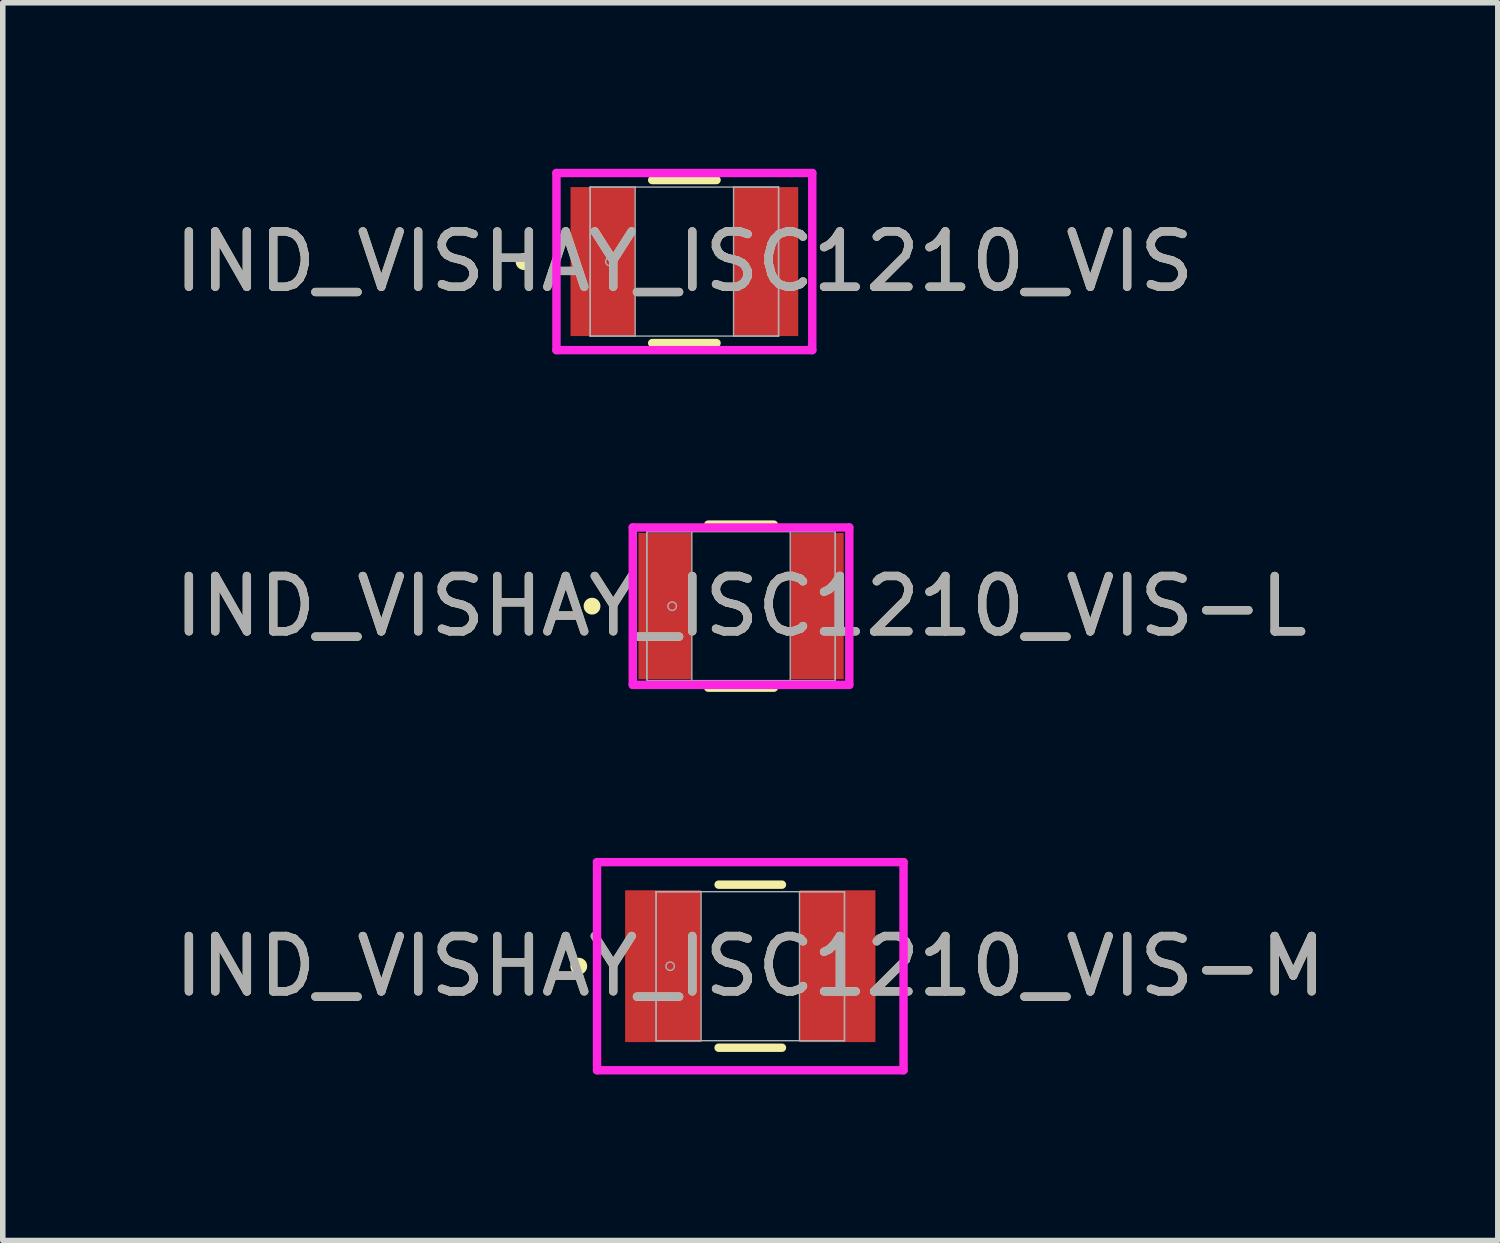
<source format=kicad_pcb>
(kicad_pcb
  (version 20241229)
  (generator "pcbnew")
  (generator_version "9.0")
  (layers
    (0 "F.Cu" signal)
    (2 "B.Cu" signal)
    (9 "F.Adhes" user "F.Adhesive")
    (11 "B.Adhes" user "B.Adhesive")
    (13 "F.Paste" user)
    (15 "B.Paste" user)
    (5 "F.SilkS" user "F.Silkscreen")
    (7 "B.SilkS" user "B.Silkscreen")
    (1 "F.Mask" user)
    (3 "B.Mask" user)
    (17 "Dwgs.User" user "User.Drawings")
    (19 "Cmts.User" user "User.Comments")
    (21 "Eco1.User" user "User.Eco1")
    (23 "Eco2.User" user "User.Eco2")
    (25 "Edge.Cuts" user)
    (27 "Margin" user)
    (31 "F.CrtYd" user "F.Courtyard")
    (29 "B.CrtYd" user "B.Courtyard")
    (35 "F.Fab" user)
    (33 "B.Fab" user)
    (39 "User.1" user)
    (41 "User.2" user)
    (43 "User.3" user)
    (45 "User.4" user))
  (footprint "IND_VISHAY_ISC1210_VIS-L"
    (layer "F.Cu")
    (at 10.339 7.902)
    (property "Reference" "IND_VISHAY_ISC1210_VIS-L" (at 0 0 0) (unlocked yes) (layer "F.SilkS") (effects (font (size 1 1) (thickness 0.15))))
    (attr smd)
    (fp_line (start -0.593 1.473) (end 0.593 1.473) (stroke (width 0.152) (type solid)) (layer "F.SilkS"))
    (fp_line (start 0.593 -1.473) (end -0.593 -1.473) (stroke (width 0.152) (type solid)) (layer "F.SilkS"))
    (fp_circle (center -2.692 0) (end -2.616 0) (stroke (width 0.152) (type solid)) (fill no) (layer "F.SilkS"))
    (fp_line (start -1.956 -1.422) (end 1.956 -1.422) (stroke (width 0.152) (type solid)) (layer "F.CrtYd"))
    (fp_line (start -1.956 1.422) (end -1.956 -1.422) (stroke (width 0.152) (type solid)) (layer "F.CrtYd"))
    (fp_line (start 1.956 -1.422) (end 1.956 1.422) (stroke (width 0.152) (type solid)) (layer "F.CrtYd"))
    (fp_line (start 1.956 1.422) (end -1.956 1.422) (stroke (width 0.152) (type solid)) (layer "F.CrtYd"))
    (fp_line (start -1.702 -1.346) (end -1.702 1.346) (stroke (width 0.025) (type solid)) (layer "F.Fab"))
    (fp_line (start -1.702 -1.346) (end -1.702 1.346) (stroke (width 0.025) (type solid)) (layer "F.Fab"))
    (fp_line (start -1.702 1.346) (end -0.889 1.346) (stroke (width 0.025) (type solid)) (layer "F.Fab"))
    (fp_line (start -1.702 1.346) (end 1.702 1.346) (stroke (width 0.025) (type solid)) (layer "F.Fab"))
    (fp_line (start -0.889 -1.346) (end -1.702 -1.346) (stroke (width 0.025) (type solid)) (layer "F.Fab"))
    (fp_line (start -0.889 1.346) (end -0.889 -1.346) (stroke (width 0.025) (type solid)) (layer "F.Fab"))
    (fp_line (start 0.889 -1.346) (end 0.889 1.346) (stroke (width 0.025) (type solid)) (layer "F.Fab"))
    (fp_line (start 0.889 1.346) (end 1.702 1.346) (stroke (width 0.025) (type solid)) (layer "F.Fab"))
    (fp_line (start 1.702 -1.346) (end -1.702 -1.346) (stroke (width 0.025) (type solid)) (layer "F.Fab"))
    (fp_line (start 1.702 -1.346) (end 0.889 -1.346) (stroke (width 0.025) (type solid)) (layer "F.Fab"))
    (fp_line (start 1.702 1.346) (end 1.702 -1.346) (stroke (width 0.025) (type solid)) (layer "F.Fab"))
    (fp_line (start 1.702 1.346) (end 1.702 -1.346) (stroke (width 0.025) (type solid)) (layer "F.Fab"))
    (fp_circle (center -1.245 0) (end -1.168 0) (stroke (width 0.025) (type solid)) (fill no) (layer "F.Fab"))
    (fp_text user "${REFERENCE}" (at 0 0 0) (unlocked yes) (layer "F.Fab") (effects (font (size 1 1) (thickness 0.15))))
    (pad "1" smd rect (at -1.372 0) (size 0.965 2.642) (layers "F.Cu" "F.Mask" "F.Paste"))
    (pad "2" smd rect (at 1.372 0) (size 0.965 2.642) (layers "F.Cu" "F.Mask" "F.Paste"))
    (zone (net_name "") (layer "F.Cu") (hatch full 0.508) (connect_pads) (min_thickness 0.254) (filled_areas_thickness no) (keepout (tracks not_allowed) (vias not_allowed) (pads allowed) (copperpour not_allowed) (footprints allowed)) (placement (enabled no)) (fill) (polygon (pts (xy 9.501 6.607) (xy 11.177 6.607) (xy 11.177 9.198) (xy 9.501 9.198)))))
  (footprint "IND_VISHAY_ISC1210_VIS-M"
    (layer "F.Cu")
    (at 10.506 14.407)
    (property "Reference" "IND_VISHAY_ISC1210_VIS-M" (at 0 0 0) (unlocked yes) (layer "F.SilkS") (effects (font (size 1 1) (thickness 0.15))))
    (attr smd)
    (fp_line (start -0.572 1.473) (end 0.572 1.473) (stroke (width 0.152) (type solid)) (layer "F.SilkS"))
    (fp_line (start 0.572 -1.473) (end -0.572 -1.473) (stroke (width 0.152) (type solid)) (layer "F.SilkS"))
    (fp_circle (center -3.099 0) (end -3.023 0) (stroke (width 0.152) (type solid)) (fill no) (layer "F.SilkS"))
    (fp_line (start -2.769 -1.88) (end 2.769 -1.88) (stroke (width 0.152) (type solid)) (layer "F.CrtYd"))
    (fp_line (start -2.769 1.88) (end -2.769 -1.88) (stroke (width 0.152) (type solid)) (layer "F.CrtYd"))
    (fp_line (start 2.769 -1.88) (end 2.769 1.88) (stroke (width 0.152) (type solid)) (layer "F.CrtYd"))
    (fp_line (start 2.769 1.88) (end -2.769 1.88) (stroke (width 0.152) (type solid)) (layer "F.CrtYd"))
    (fp_line (start -1.702 -1.346) (end -1.702 1.346) (stroke (width 0.025) (type solid)) (layer "F.Fab"))
    (fp_line (start -1.702 -1.346) (end -1.702 1.346) (stroke (width 0.025) (type solid)) (layer "F.Fab"))
    (fp_line (start -1.702 1.346) (end -0.889 1.346) (stroke (width 0.025) (type solid)) (layer "F.Fab"))
    (fp_line (start -1.702 1.346) (end 1.702 1.346) (stroke (width 0.025) (type solid)) (layer "F.Fab"))
    (fp_line (start -0.889 -1.346) (end -1.702 -1.346) (stroke (width 0.025) (type solid)) (layer "F.Fab"))
    (fp_line (start -0.889 1.346) (end -0.889 -1.346) (stroke (width 0.025) (type solid)) (layer "F.Fab"))
    (fp_line (start 0.889 -1.346) (end 0.889 1.346) (stroke (width 0.025) (type solid)) (layer "F.Fab"))
    (fp_line (start 0.889 1.346) (end 1.702 1.346) (stroke (width 0.025) (type solid)) (layer "F.Fab"))
    (fp_line (start 1.702 -1.346) (end -1.702 -1.346) (stroke (width 0.025) (type solid)) (layer "F.Fab"))
    (fp_line (start 1.702 -1.346) (end 0.889 -1.346) (stroke (width 0.025) (type solid)) (layer "F.Fab"))
    (fp_line (start 1.702 1.346) (end 1.702 -1.346) (stroke (width 0.025) (type solid)) (layer "F.Fab"))
    (fp_line (start 1.702 1.346) (end 1.702 -1.346) (stroke (width 0.025) (type solid)) (layer "F.Fab"))
    (fp_circle (center -1.448 0) (end -1.372 0) (stroke (width 0.025) (type solid)) (fill no) (layer "F.Fab"))
    (fp_text user "${REFERENCE}" (at 0 0 0) (unlocked yes) (layer "F.Fab") (effects (font (size 1 1) (thickness 0.15))))
    (pad "1" smd rect (at -1.575 0) (size 1.372 2.743) (layers "F.Cu" "F.Mask" "F.Paste"))
    (pad "2" smd rect (at 1.575 0) (size 1.372 2.743) (layers "F.Cu" "F.Mask" "F.Paste"))
    (zone (net_name "") (layer "F.Cu") (hatch full 0.508) (connect_pads) (min_thickness 0.254) (filled_areas_thickness no) (keepout (tracks not_allowed) (vias not_allowed) (pads allowed) (copperpour not_allowed) (footprints allowed)) (placement (enabled no)) (fill) (polygon (pts (xy 9.668 13.112) (xy 11.344 13.112) (xy 11.344 15.703) (xy 9.668 15.703)))))
  (footprint "IND_VISHAY_ISC1210_VIS"
    (layer "F.Cu")
    (at 9.315 1.676)
    (property "Reference" "IND_VISHAY_ISC1210_VIS" (at 0 0 0) (unlocked yes) (layer "F.SilkS") (effects (font (size 1 1) (thickness 0.15))))
    (attr smd)
    (fp_line (start -0.581 1.473) (end 0.581 1.473) (stroke (width 0.152) (type solid)) (layer "F.SilkS"))
    (fp_line (start 0.581 -1.473) (end -0.581 -1.473) (stroke (width 0.152) (type solid)) (layer "F.SilkS"))
    (fp_circle (center -2.896 0) (end -2.819 0) (stroke (width 0.152) (type solid)) (fill no) (layer "F.SilkS"))
    (fp_line (start -2.311 -1.6) (end 2.311 -1.6) (stroke (width 0.152) (type solid)) (layer "F.CrtYd"))
    (fp_line (start -2.311 1.6) (end -2.311 -1.6) (stroke (width 0.152) (type solid)) (layer "F.CrtYd"))
    (fp_line (start 2.311 -1.6) (end 2.311 1.6) (stroke (width 0.152) (type solid)) (layer "F.CrtYd"))
    (fp_line (start 2.311 1.6) (end -2.311 1.6) (stroke (width 0.152) (type solid)) (layer "F.CrtYd"))
    (fp_line (start -1.702 -1.346) (end -1.702 1.346) (stroke (width 0.025) (type solid)) (layer "F.Fab"))
    (fp_line (start -1.702 -1.346) (end -1.702 1.346) (stroke (width 0.025) (type solid)) (layer "F.Fab"))
    (fp_line (start -1.702 1.346) (end -0.889 1.346) (stroke (width 0.025) (type solid)) (layer "F.Fab"))
    (fp_line (start -1.702 1.346) (end 1.702 1.346) (stroke (width 0.025) (type solid)) (layer "F.Fab"))
    (fp_line (start -0.889 -1.346) (end -1.702 -1.346) (stroke (width 0.025) (type solid)) (layer "F.Fab"))
    (fp_line (start -0.889 1.346) (end -0.889 -1.346) (stroke (width 0.025) (type solid)) (layer "F.Fab"))
    (fp_line (start 0.889 -1.346) (end 0.889 1.346) (stroke (width 0.025) (type solid)) (layer "F.Fab"))
    (fp_line (start 0.889 1.346) (end 1.702 1.346) (stroke (width 0.025) (type solid)) (layer "F.Fab"))
    (fp_line (start 1.702 -1.346) (end -1.702 -1.346) (stroke (width 0.025) (type solid)) (layer "F.Fab"))
    (fp_line (start 1.702 -1.346) (end 0.889 -1.346) (stroke (width 0.025) (type solid)) (layer "F.Fab"))
    (fp_line (start 1.702 1.346) (end 1.702 -1.346) (stroke (width 0.025) (type solid)) (layer "F.Fab"))
    (fp_line (start 1.702 1.346) (end 1.702 -1.346) (stroke (width 0.025) (type solid)) (layer "F.Fab"))
    (fp_circle (center -1.346 0) (end -1.27 0) (stroke (width 0.025) (type solid)) (fill no) (layer "F.Fab"))
    (fp_text user "${REFERENCE}" (at 0 0 0) (unlocked yes) (layer "F.Fab") (effects (font (size 1 1) (thickness 0.15))))
    (pad "1" smd rect (at -1.473 0) (size 1.168 2.692) (layers "F.Cu" "F.Mask" "F.Paste"))
    (pad "2" smd rect (at 1.473 0) (size 1.168 2.692) (layers "F.Cu" "F.Mask" "F.Paste"))
    (zone (net_name "") (layer "F.Cu") (hatch full 0.508) (connect_pads) (min_thickness 0.254) (filled_areas_thickness no) (keepout (tracks not_allowed) (vias not_allowed) (pads allowed) (copperpour not_allowed) (footprints allowed)) (placement (enabled no)) (fill) (polygon (pts (xy 8.477 0.381) (xy 10.154 0.381) (xy 10.154 2.972) (xy 8.477 2.972)))))
  (gr_rect
    (start -3 -3)
    (end 24.012 19.363)
    (stroke (width 0.1) (type default))
    (fill no)
    (layer "Edge.Cuts")))
</source>
